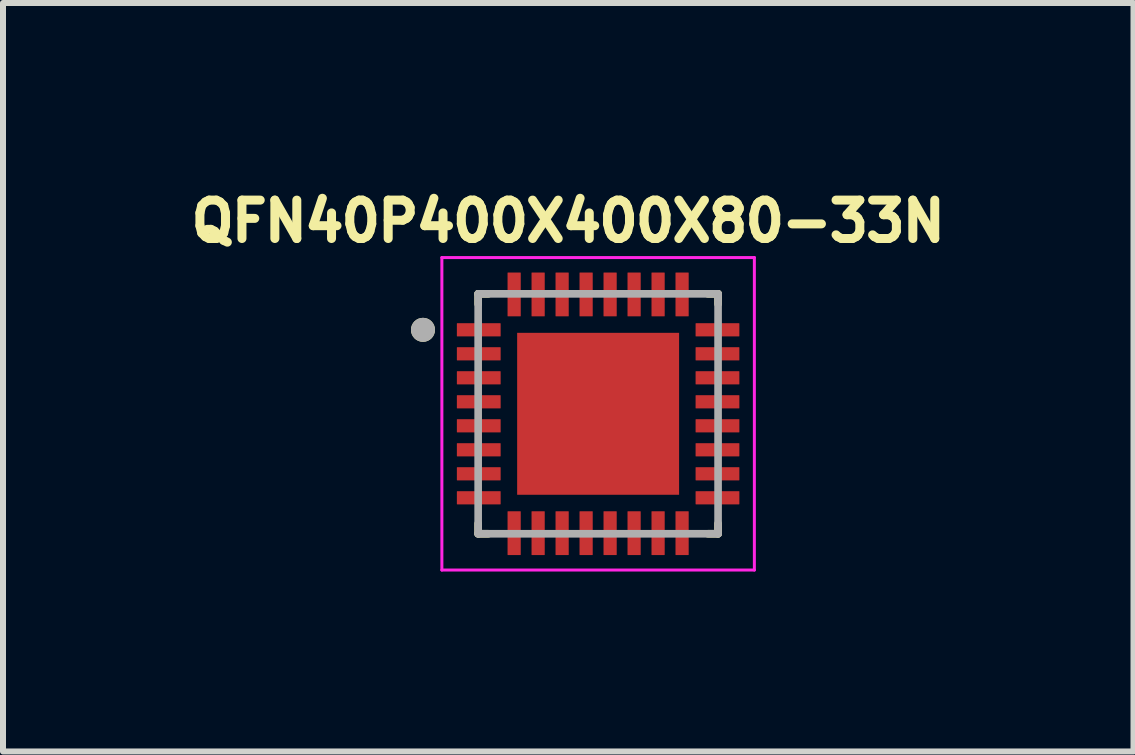
<source format=kicad_pcb>
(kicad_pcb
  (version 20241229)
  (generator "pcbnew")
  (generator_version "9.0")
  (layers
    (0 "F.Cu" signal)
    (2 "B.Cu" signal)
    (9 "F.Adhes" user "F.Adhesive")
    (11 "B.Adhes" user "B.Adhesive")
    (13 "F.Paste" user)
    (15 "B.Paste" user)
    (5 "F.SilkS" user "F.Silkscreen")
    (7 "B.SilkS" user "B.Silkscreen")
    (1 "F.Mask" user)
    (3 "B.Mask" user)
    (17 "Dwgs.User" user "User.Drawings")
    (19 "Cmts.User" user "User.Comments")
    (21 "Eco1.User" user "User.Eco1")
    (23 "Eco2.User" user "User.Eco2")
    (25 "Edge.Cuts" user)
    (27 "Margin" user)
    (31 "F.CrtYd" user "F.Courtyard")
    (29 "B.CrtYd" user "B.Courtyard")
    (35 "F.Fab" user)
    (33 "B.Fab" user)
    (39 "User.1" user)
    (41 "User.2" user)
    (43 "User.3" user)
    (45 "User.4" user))
  (footprint "QFN40P400X400X80-33N"
    (layer "F.Cu")
    (at 6.922 3.849)
    (property "Reference" "QFN40P400X400X80-33N" (at -0.498 -3.211 0) (layer "F.SilkS") (effects (font (size 0.64 0.64) (thickness 0.15))))
    (attr through_hole)
    (fp_line (start -2 -2) (end -2 -1.83) (stroke (width 0.127) (type solid)) (layer "F.SilkS"))
    (fp_line (start -2 -2) (end -1.83 -2) (stroke (width 0.127) (type solid)) (layer "F.SilkS"))
    (fp_line (start -2 2) (end -2 1.83) (stroke (width 0.127) (type solid)) (layer "F.SilkS"))
    (fp_line (start -2 2) (end -1.83 2) (stroke (width 0.127) (type solid)) (layer "F.SilkS"))
    (fp_line (start 2 -2) (end 1.83 -2) (stroke (width 0.127) (type solid)) (layer "F.SilkS"))
    (fp_line (start 2 -2) (end 2 -1.83) (stroke (width 0.127) (type solid)) (layer "F.SilkS"))
    (fp_line (start 2 2) (end 1.83 2) (stroke (width 0.127) (type solid)) (layer "F.SilkS"))
    (fp_line (start 2 2) (end 2 1.83) (stroke (width 0.127) (type solid)) (layer "F.SilkS"))
    (fp_circle (center -2.92 -1.4) (end -2.82 -1.4) (stroke (width 0.2) (type solid)) (fill no) (layer "F.SilkS"))
    (fp_poly (pts (xy -0.85 -0.85) (xy 0.85 -0.85) (xy 0.85 0.85) (xy -0.85 0.85)) (stroke (width 0.01) (type solid)) (fill yes) (layer "F.Paste"))
    (fp_line (start -2.605 -2.605) (end 2.605 -2.605) (stroke (width 0.05) (type solid)) (layer "F.CrtYd"))
    (fp_line (start -2.605 2.605) (end -2.605 -2.605) (stroke (width 0.05) (type solid)) (layer "F.CrtYd"))
    (fp_line (start -2.605 2.605) (end 2.605 2.605) (stroke (width 0.05) (type solid)) (layer "F.CrtYd"))
    (fp_line (start 2.605 2.605) (end 2.605 -2.605) (stroke (width 0.05) (type solid)) (layer "F.CrtYd"))
    (fp_line (start -2 2) (end -2 -2) (stroke (width 0.127) (type solid)) (layer "F.Fab"))
    (fp_line (start 2 -2) (end -2 -2) (stroke (width 0.127) (type solid)) (layer "F.Fab"))
    (fp_line (start 2 2) (end -2 2) (stroke (width 0.127) (type solid)) (layer "F.Fab"))
    (fp_line (start 2 2) (end 2 -2) (stroke (width 0.127) (type solid)) (layer "F.Fab"))
    (fp_circle (center -2.92 -1.4) (end -2.82 -1.4) (stroke (width 0.2) (type solid)) (fill no) (layer "F.Fab"))
    (pad "1" smd roundrect (at -1.99 -1.4) (size 0.73 0.22) (layers "F.Cu" "F.Mask" "F.Paste") (roundrect_rratio 0.03))
    (pad "2" smd roundrect (at -1.99 -1) (size 0.73 0.22) (layers "F.Cu" "F.Mask" "F.Paste") (roundrect_rratio 0.03))
    (pad "3" smd roundrect (at -1.99 -0.6) (size 0.73 0.22) (layers "F.Cu" "F.Mask" "F.Paste") (roundrect_rratio 0.03))
    (pad "4" smd roundrect (at -1.99 -0.2) (size 0.73 0.22) (layers "F.Cu" "F.Mask" "F.Paste") (roundrect_rratio 0.03))
    (pad "5" smd roundrect (at -1.99 0.2) (size 0.73 0.22) (layers "F.Cu" "F.Mask" "F.Paste") (roundrect_rratio 0.03))
    (pad "6" smd roundrect (at -1.99 0.6) (size 0.73 0.22) (layers "F.Cu" "F.Mask" "F.Paste") (roundrect_rratio 0.03))
    (pad "7" smd roundrect (at -1.99 1) (size 0.73 0.22) (layers "F.Cu" "F.Mask" "F.Paste") (roundrect_rratio 0.03))
    (pad "8" smd roundrect (at -1.99 1.4) (size 0.73 0.22) (layers "F.Cu" "F.Mask" "F.Paste") (roundrect_rratio 0.03))
    (pad "9" smd roundrect (at -1.4 1.99 90) (size 0.73 0.22) (layers "F.Cu" "F.Mask" "F.Paste") (roundrect_rratio 0.03))
    (pad "10" smd roundrect (at -1 1.99 90) (size 0.73 0.22) (layers "F.Cu" "F.Mask" "F.Paste") (roundrect_rratio 0.03))
    (pad "11" smd roundrect (at -0.6 1.99 90) (size 0.73 0.22) (layers "F.Cu" "F.Mask" "F.Paste") (roundrect_rratio 0.03))
    (pad "12" smd roundrect (at -0.2 1.99 90) (size 0.73 0.22) (layers "F.Cu" "F.Mask" "F.Paste") (roundrect_rratio 0.03))
    (pad "13" smd roundrect (at 0.2 1.99 90) (size 0.73 0.22) (layers "F.Cu" "F.Mask" "F.Paste") (roundrect_rratio 0.03))
    (pad "14" smd roundrect (at 0.6 1.99 90) (size 0.73 0.22) (layers "F.Cu" "F.Mask" "F.Paste") (roundrect_rratio 0.03))
    (pad "15" smd roundrect (at 1 1.99 90) (size 0.73 0.22) (layers "F.Cu" "F.Mask" "F.Paste") (roundrect_rratio 0.03))
    (pad "16" smd roundrect (at 1.4 1.99 90) (size 0.73 0.22) (layers "F.Cu" "F.Mask" "F.Paste") (roundrect_rratio 0.03))
    (pad "17" smd roundrect (at 1.99 1.4) (size 0.73 0.22) (layers "F.Cu" "F.Mask" "F.Paste") (roundrect_rratio 0.03))
    (pad "18" smd roundrect (at 1.99 1) (size 0.73 0.22) (layers "F.Cu" "F.Mask" "F.Paste") (roundrect_rratio 0.03))
    (pad "19" smd roundrect (at 1.99 0.6) (size 0.73 0.22) (layers "F.Cu" "F.Mask" "F.Paste") (roundrect_rratio 0.03))
    (pad "20" smd roundrect (at 1.99 0.2) (size 0.73 0.22) (layers "F.Cu" "F.Mask" "F.Paste") (roundrect_rratio 0.03))
    (pad "21" smd roundrect (at 1.99 -0.2) (size 0.73 0.22) (layers "F.Cu" "F.Mask" "F.Paste") (roundrect_rratio 0.03))
    (pad "22" smd roundrect (at 1.99 -0.6) (size 0.73 0.22) (layers "F.Cu" "F.Mask" "F.Paste") (roundrect_rratio 0.03))
    (pad "23" smd roundrect (at 1.99 -1) (size 0.73 0.22) (layers "F.Cu" "F.Mask" "F.Paste") (roundrect_rratio 0.03))
    (pad "24" smd roundrect (at 1.99 -1.4) (size 0.73 0.22) (layers "F.Cu" "F.Mask" "F.Paste") (roundrect_rratio 0.03))
    (pad "25" smd roundrect (at 1.4 -1.99 90) (size 0.73 0.22) (layers "F.Cu" "F.Mask" "F.Paste") (roundrect_rratio 0.03))
    (pad "26" smd roundrect (at 1 -1.99 90) (size 0.73 0.22) (layers "F.Cu" "F.Mask" "F.Paste") (roundrect_rratio 0.03))
    (pad "27" smd roundrect (at 0.6 -1.99 90) (size 0.73 0.22) (layers "F.Cu" "F.Mask" "F.Paste") (roundrect_rratio 0.03))
    (pad "28" smd roundrect (at 0.2 -1.99 90) (size 0.73 0.22) (layers "F.Cu" "F.Mask" "F.Paste") (roundrect_rratio 0.03))
    (pad "29" smd roundrect (at -0.2 -1.99 90) (size 0.73 0.22) (layers "F.Cu" "F.Mask" "F.Paste") (roundrect_rratio 0.03))
    (pad "30" smd roundrect (at -0.6 -1.99 90) (size 0.73 0.22) (layers "F.Cu" "F.Mask" "F.Paste") (roundrect_rratio 0.03))
    (pad "31" smd roundrect (at -1 -1.99 90) (size 0.73 0.22) (layers "F.Cu" "F.Mask" "F.Paste") (roundrect_rratio 0.03))
    (pad "32" smd roundrect (at -1.4 -1.99 90) (size 0.73 0.22) (layers "F.Cu" "F.Mask" "F.Paste") (roundrect_rratio 0.03))
    (pad "33" smd rect (at 0 0) (size 2.7 2.7) (layers "F.Cu" "F.Mask")))
  (gr_rect
    (start -3 -3)
    (end 15.848 9.479)
    (stroke (width 0.1) (type default))
    (fill no)
    (layer "Edge.Cuts")))
</source>
